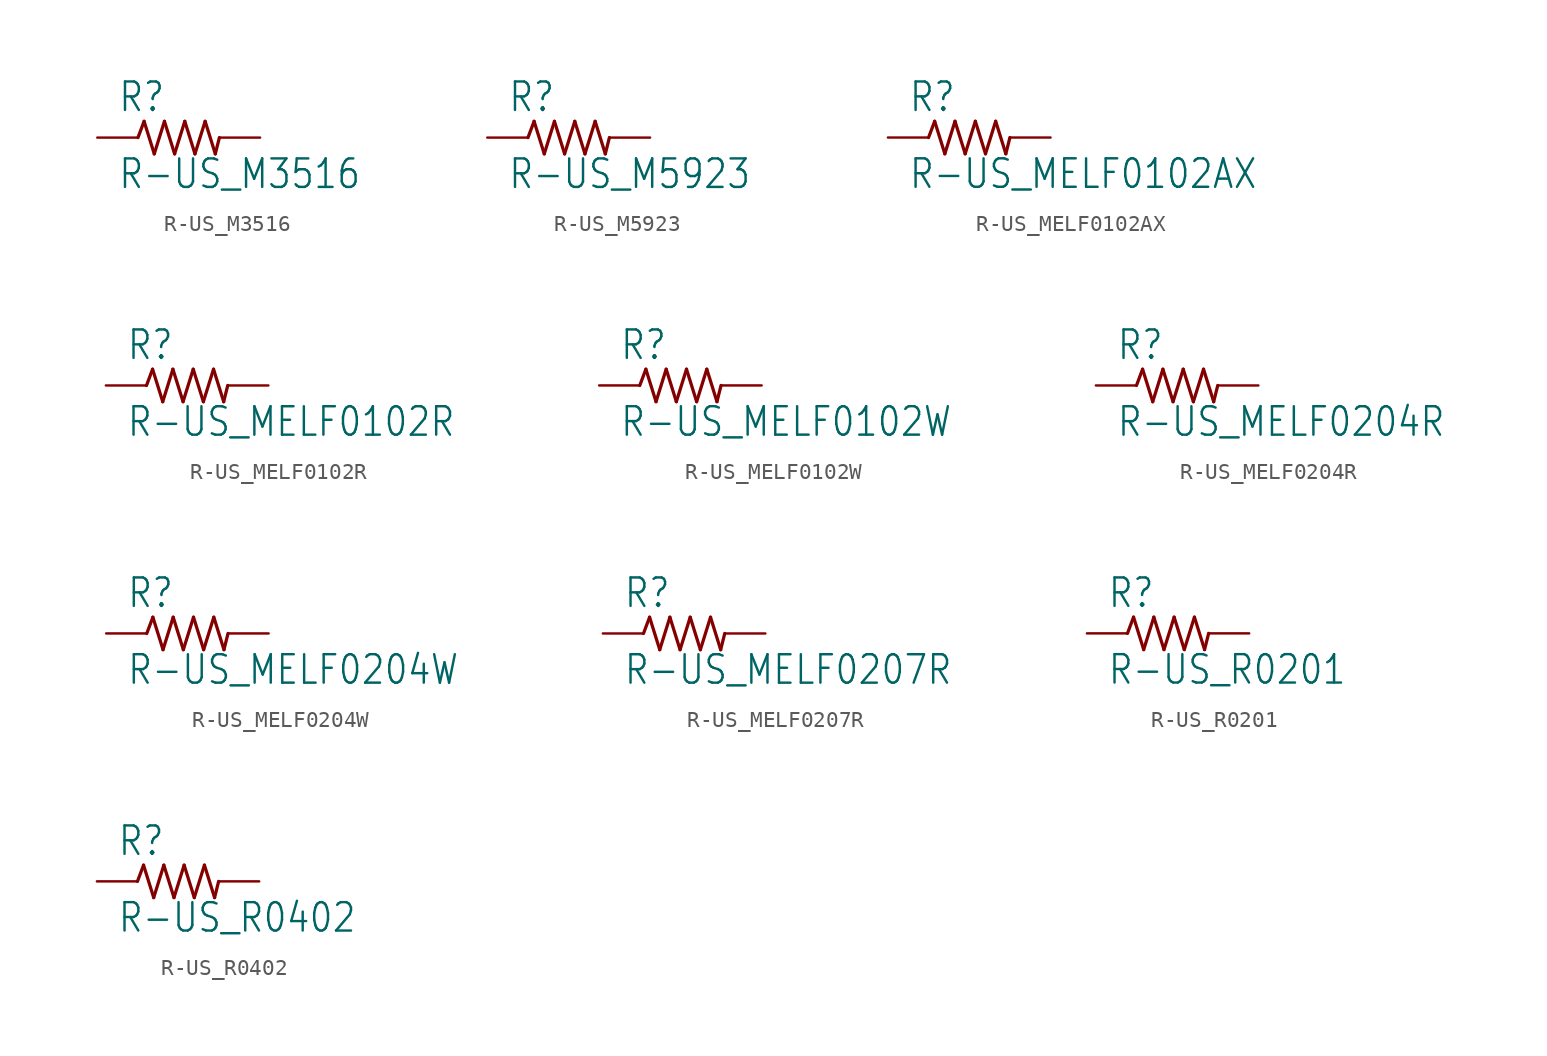
<source format=kicad_sym>
(kicad_symbol_lib
  (version 20210619)
  (generator kicad_symbol_editor)
  (symbol "R-US_M3516"
    (property "Reference" "R"
      (at -3.81 1.499 0)
      (effects (font (size 1.778 1.511)) (justify left bottom)))
    (property "Value" "R-US_M3516"
      (at -3.81 -3.302 0)
      (effects (font (size 1.778 1.511)) (justify left bottom)))
    (property "ki_locked" ""
      (at 0 0 0)
      (effects (font (size 1.27 1.27))))
    (symbol "R-US_M3516_1_0"
      (polyline (pts (xy -2.54 0) (xy -2.159 1.016)) (stroke (width 0.203)) (fill (type none)))
      (polyline (pts (xy -2.159 1.016) (xy -1.524 -1.016)) (stroke (width 0.203)) (fill (type none)))
      (polyline (pts (xy -1.524 -1.016) (xy -0.889 1.016)) (stroke (width 0.203)) (fill (type none)))
      (polyline (pts (xy -0.889 1.016) (xy -0.254 -1.016)) (stroke (width 0.203)) (fill (type none)))
      (polyline (pts (xy -0.254 -1.016) (xy 0.381 1.016)) (stroke (width 0.203)) (fill (type none)))
      (polyline (pts (xy 0.381 1.016) (xy 1.016 -1.016)) (stroke (width 0.203)) (fill (type none)))
      (polyline (pts (xy 1.016 -1.016) (xy 1.651 1.016)) (stroke (width 0.203)) (fill (type none)))
      (polyline (pts (xy 1.651 1.016) (xy 2.286 -1.016)) (stroke (width 0.203)) (fill (type none)))
      (polyline (pts (xy 2.286 -1.016) (xy 2.54 0)) (stroke (width 0.203)) (fill (type none)))
      (pin passive line (at -5.08 0 0) (length 2.54) (name "1" (effects (font (size 0 0)))) (number "1" (effects (font (size 0 0)))))
      (pin passive line (at 5.08 0 180) (length 2.54) (name "2" (effects (font (size 0 0)))) (number "2" (effects (font (size 0 0)))))))
  (symbol "R-US_M5923"
    (property "Reference" "R"
      (at -3.81 1.499 0)
      (effects (font (size 1.778 1.511)) (justify left bottom)))
    (property "Value" "R-US_M5923"
      (at -3.81 -3.302 0)
      (effects (font (size 1.778 1.511)) (justify left bottom)))
    (property "ki_locked" ""
      (at 0 0 0)
      (effects (font (size 1.27 1.27))))
    (symbol "R-US_M5923_1_0"
      (polyline (pts (xy -2.54 0) (xy -2.159 1.016)) (stroke (width 0.203)) (fill (type none)))
      (polyline (pts (xy -2.159 1.016) (xy -1.524 -1.016)) (stroke (width 0.203)) (fill (type none)))
      (polyline (pts (xy -1.524 -1.016) (xy -0.889 1.016)) (stroke (width 0.203)) (fill (type none)))
      (polyline (pts (xy -0.889 1.016) (xy -0.254 -1.016)) (stroke (width 0.203)) (fill (type none)))
      (polyline (pts (xy -0.254 -1.016) (xy 0.381 1.016)) (stroke (width 0.203)) (fill (type none)))
      (polyline (pts (xy 0.381 1.016) (xy 1.016 -1.016)) (stroke (width 0.203)) (fill (type none)))
      (polyline (pts (xy 1.016 -1.016) (xy 1.651 1.016)) (stroke (width 0.203)) (fill (type none)))
      (polyline (pts (xy 1.651 1.016) (xy 2.286 -1.016)) (stroke (width 0.203)) (fill (type none)))
      (polyline (pts (xy 2.286 -1.016) (xy 2.54 0)) (stroke (width 0.203)) (fill (type none)))
      (pin passive line (at -5.08 0 0) (length 2.54) (name "1" (effects (font (size 0 0)))) (number "1" (effects (font (size 0 0)))))
      (pin passive line (at 5.08 0 180) (length 2.54) (name "2" (effects (font (size 0 0)))) (number "2" (effects (font (size 0 0)))))))
  (symbol "R-US_MELF0102AX"
    (property "Reference" "R"
      (at -3.81 1.499 0)
      (effects (font (size 1.778 1.511)) (justify left bottom)))
    (property "Value" "R-US_MELF0102AX"
      (at -3.81 -3.302 0)
      (effects (font (size 1.778 1.511)) (justify left bottom)))
    (property "ki_locked" ""
      (at 0 0 0)
      (effects (font (size 1.27 1.27))))
    (symbol "R-US_MELF0102AX_1_0"
      (polyline (pts (xy -2.54 0) (xy -2.159 1.016)) (stroke (width 0.203)) (fill (type none)))
      (polyline (pts (xy -2.159 1.016) (xy -1.524 -1.016)) (stroke (width 0.203)) (fill (type none)))
      (polyline (pts (xy -1.524 -1.016) (xy -0.889 1.016)) (stroke (width 0.203)) (fill (type none)))
      (polyline (pts (xy -0.889 1.016) (xy -0.254 -1.016)) (stroke (width 0.203)) (fill (type none)))
      (polyline (pts (xy -0.254 -1.016) (xy 0.381 1.016)) (stroke (width 0.203)) (fill (type none)))
      (polyline (pts (xy 0.381 1.016) (xy 1.016 -1.016)) (stroke (width 0.203)) (fill (type none)))
      (polyline (pts (xy 1.016 -1.016) (xy 1.651 1.016)) (stroke (width 0.203)) (fill (type none)))
      (polyline (pts (xy 1.651 1.016) (xy 2.286 -1.016)) (stroke (width 0.203)) (fill (type none)))
      (polyline (pts (xy 2.286 -1.016) (xy 2.54 0)) (stroke (width 0.203)) (fill (type none)))
      (pin passive line (at -5.08 0 0) (length 2.54) (name "1" (effects (font (size 0 0)))) (number "1" (effects (font (size 0 0)))))
      (pin passive line (at 5.08 0 180) (length 2.54) (name "2" (effects (font (size 0 0)))) (number "2" (effects (font (size 0 0)))))))
  (symbol "R-US_MELF0102R"
    (property "Reference" "R"
      (at -3.81 1.499 0)
      (effects (font (size 1.778 1.511)) (justify left bottom)))
    (property "Value" "R-US_MELF0102R"
      (at -3.81 -3.302 0)
      (effects (font (size 1.778 1.511)) (justify left bottom)))
    (property "ki_locked" ""
      (at 0 0 0)
      (effects (font (size 1.27 1.27))))
    (symbol "R-US_MELF0102R_1_0"
      (polyline (pts (xy -2.54 0) (xy -2.159 1.016)) (stroke (width 0.203)) (fill (type none)))
      (polyline (pts (xy -2.159 1.016) (xy -1.524 -1.016)) (stroke (width 0.203)) (fill (type none)))
      (polyline (pts (xy -1.524 -1.016) (xy -0.889 1.016)) (stroke (width 0.203)) (fill (type none)))
      (polyline (pts (xy -0.889 1.016) (xy -0.254 -1.016)) (stroke (width 0.203)) (fill (type none)))
      (polyline (pts (xy -0.254 -1.016) (xy 0.381 1.016)) (stroke (width 0.203)) (fill (type none)))
      (polyline (pts (xy 0.381 1.016) (xy 1.016 -1.016)) (stroke (width 0.203)) (fill (type none)))
      (polyline (pts (xy 1.016 -1.016) (xy 1.651 1.016)) (stroke (width 0.203)) (fill (type none)))
      (polyline (pts (xy 1.651 1.016) (xy 2.286 -1.016)) (stroke (width 0.203)) (fill (type none)))
      (polyline (pts (xy 2.286 -1.016) (xy 2.54 0)) (stroke (width 0.203)) (fill (type none)))
      (pin passive line (at -5.08 0 0) (length 2.54) (name "1" (effects (font (size 0 0)))) (number "1" (effects (font (size 0 0)))))
      (pin passive line (at 5.08 0 180) (length 2.54) (name "2" (effects (font (size 0 0)))) (number "2" (effects (font (size 0 0)))))))
  (symbol "R-US_MELF0102W"
    (property "Reference" "R"
      (at -3.81 1.499 0)
      (effects (font (size 1.778 1.511)) (justify left bottom)))
    (property "Value" "R-US_MELF0102W"
      (at -3.81 -3.302 0)
      (effects (font (size 1.778 1.511)) (justify left bottom)))
    (property "ki_locked" ""
      (at 0 0 0)
      (effects (font (size 1.27 1.27))))
    (symbol "R-US_MELF0102W_1_0"
      (polyline (pts (xy -2.54 0) (xy -2.159 1.016)) (stroke (width 0.203)) (fill (type none)))
      (polyline (pts (xy -2.159 1.016) (xy -1.524 -1.016)) (stroke (width 0.203)) (fill (type none)))
      (polyline (pts (xy -1.524 -1.016) (xy -0.889 1.016)) (stroke (width 0.203)) (fill (type none)))
      (polyline (pts (xy -0.889 1.016) (xy -0.254 -1.016)) (stroke (width 0.203)) (fill (type none)))
      (polyline (pts (xy -0.254 -1.016) (xy 0.381 1.016)) (stroke (width 0.203)) (fill (type none)))
      (polyline (pts (xy 0.381 1.016) (xy 1.016 -1.016)) (stroke (width 0.203)) (fill (type none)))
      (polyline (pts (xy 1.016 -1.016) (xy 1.651 1.016)) (stroke (width 0.203)) (fill (type none)))
      (polyline (pts (xy 1.651 1.016) (xy 2.286 -1.016)) (stroke (width 0.203)) (fill (type none)))
      (polyline (pts (xy 2.286 -1.016) (xy 2.54 0)) (stroke (width 0.203)) (fill (type none)))
      (pin passive line (at -5.08 0 0) (length 2.54) (name "1" (effects (font (size 0 0)))) (number "1" (effects (font (size 0 0)))))
      (pin passive line (at 5.08 0 180) (length 2.54) (name "2" (effects (font (size 0 0)))) (number "2" (effects (font (size 0 0)))))))
  (symbol "R-US_MELF0204R"
    (property "Reference" "R"
      (at -3.81 1.499 0)
      (effects (font (size 1.778 1.511)) (justify left bottom)))
    (property "Value" "R-US_MELF0204R"
      (at -3.81 -3.302 0)
      (effects (font (size 1.778 1.511)) (justify left bottom)))
    (property "ki_locked" ""
      (at 0 0 0)
      (effects (font (size 1.27 1.27))))
    (symbol "R-US_MELF0204R_1_0"
      (polyline (pts (xy -2.54 0) (xy -2.159 1.016)) (stroke (width 0.203)) (fill (type none)))
      (polyline (pts (xy -2.159 1.016) (xy -1.524 -1.016)) (stroke (width 0.203)) (fill (type none)))
      (polyline (pts (xy -1.524 -1.016) (xy -0.889 1.016)) (stroke (width 0.203)) (fill (type none)))
      (polyline (pts (xy -0.889 1.016) (xy -0.254 -1.016)) (stroke (width 0.203)) (fill (type none)))
      (polyline (pts (xy -0.254 -1.016) (xy 0.381 1.016)) (stroke (width 0.203)) (fill (type none)))
      (polyline (pts (xy 0.381 1.016) (xy 1.016 -1.016)) (stroke (width 0.203)) (fill (type none)))
      (polyline (pts (xy 1.016 -1.016) (xy 1.651 1.016)) (stroke (width 0.203)) (fill (type none)))
      (polyline (pts (xy 1.651 1.016) (xy 2.286 -1.016)) (stroke (width 0.203)) (fill (type none)))
      (polyline (pts (xy 2.286 -1.016) (xy 2.54 0)) (stroke (width 0.203)) (fill (type none)))
      (pin passive line (at -5.08 0 0) (length 2.54) (name "1" (effects (font (size 0 0)))) (number "1" (effects (font (size 0 0)))))
      (pin passive line (at 5.08 0 180) (length 2.54) (name "2" (effects (font (size 0 0)))) (number "2" (effects (font (size 0 0)))))))
  (symbol "R-US_MELF0204W"
    (property "Reference" "R"
      (at -3.81 1.499 0)
      (effects (font (size 1.778 1.511)) (justify left bottom)))
    (property "Value" "R-US_MELF0204W"
      (at -3.81 -3.302 0)
      (effects (font (size 1.778 1.511)) (justify left bottom)))
    (property "ki_locked" ""
      (at 0 0 0)
      (effects (font (size 1.27 1.27))))
    (symbol "R-US_MELF0204W_1_0"
      (polyline (pts (xy -2.54 0) (xy -2.159 1.016)) (stroke (width 0.203)) (fill (type none)))
      (polyline (pts (xy -2.159 1.016) (xy -1.524 -1.016)) (stroke (width 0.203)) (fill (type none)))
      (polyline (pts (xy -1.524 -1.016) (xy -0.889 1.016)) (stroke (width 0.203)) (fill (type none)))
      (polyline (pts (xy -0.889 1.016) (xy -0.254 -1.016)) (stroke (width 0.203)) (fill (type none)))
      (polyline (pts (xy -0.254 -1.016) (xy 0.381 1.016)) (stroke (width 0.203)) (fill (type none)))
      (polyline (pts (xy 0.381 1.016) (xy 1.016 -1.016)) (stroke (width 0.203)) (fill (type none)))
      (polyline (pts (xy 1.016 -1.016) (xy 1.651 1.016)) (stroke (width 0.203)) (fill (type none)))
      (polyline (pts (xy 1.651 1.016) (xy 2.286 -1.016)) (stroke (width 0.203)) (fill (type none)))
      (polyline (pts (xy 2.286 -1.016) (xy 2.54 0)) (stroke (width 0.203)) (fill (type none)))
      (pin passive line (at -5.08 0 0) (length 2.54) (name "1" (effects (font (size 0 0)))) (number "1" (effects (font (size 0 0)))))
      (pin passive line (at 5.08 0 180) (length 2.54) (name "2" (effects (font (size 0 0)))) (number "2" (effects (font (size 0 0)))))))
  (symbol "R-US_MELF0207R"
    (property "Reference" "R"
      (at -3.81 1.499 0)
      (effects (font (size 1.778 1.511)) (justify left bottom)))
    (property "Value" "R-US_MELF0207R"
      (at -3.81 -3.302 0)
      (effects (font (size 1.778 1.511)) (justify left bottom)))
    (property "ki_locked" ""
      (at 0 0 0)
      (effects (font (size 1.27 1.27))))
    (symbol "R-US_MELF0207R_1_0"
      (polyline (pts (xy -2.54 0) (xy -2.159 1.016)) (stroke (width 0.203)) (fill (type none)))
      (polyline (pts (xy -2.159 1.016) (xy -1.524 -1.016)) (stroke (width 0.203)) (fill (type none)))
      (polyline (pts (xy -1.524 -1.016) (xy -0.889 1.016)) (stroke (width 0.203)) (fill (type none)))
      (polyline (pts (xy -0.889 1.016) (xy -0.254 -1.016)) (stroke (width 0.203)) (fill (type none)))
      (polyline (pts (xy -0.254 -1.016) (xy 0.381 1.016)) (stroke (width 0.203)) (fill (type none)))
      (polyline (pts (xy 0.381 1.016) (xy 1.016 -1.016)) (stroke (width 0.203)) (fill (type none)))
      (polyline (pts (xy 1.016 -1.016) (xy 1.651 1.016)) (stroke (width 0.203)) (fill (type none)))
      (polyline (pts (xy 1.651 1.016) (xy 2.286 -1.016)) (stroke (width 0.203)) (fill (type none)))
      (polyline (pts (xy 2.286 -1.016) (xy 2.54 0)) (stroke (width 0.203)) (fill (type none)))
      (pin passive line (at -5.08 0 0) (length 2.54) (name "1" (effects (font (size 0 0)))) (number "1" (effects (font (size 0 0)))))
      (pin passive line (at 5.08 0 180) (length 2.54) (name "2" (effects (font (size 0 0)))) (number "2" (effects (font (size 0 0)))))))
  (symbol "R-US_R0201"
    (property "Reference" "R"
      (at -3.81 1.499 0)
      (effects (font (size 1.778 1.511)) (justify left bottom)))
    (property "Value" "R-US_R0201"
      (at -3.81 -3.302 0)
      (effects (font (size 1.778 1.511)) (justify left bottom)))
    (property "ki_locked" ""
      (at 0 0 0)
      (effects (font (size 1.27 1.27))))
    (symbol "R-US_R0201_1_0"
      (polyline (pts (xy -2.54 0) (xy -2.159 1.016)) (stroke (width 0.203)) (fill (type none)))
      (polyline (pts (xy -2.159 1.016) (xy -1.524 -1.016)) (stroke (width 0.203)) (fill (type none)))
      (polyline (pts (xy -1.524 -1.016) (xy -0.889 1.016)) (stroke (width 0.203)) (fill (type none)))
      (polyline (pts (xy -0.889 1.016) (xy -0.254 -1.016)) (stroke (width 0.203)) (fill (type none)))
      (polyline (pts (xy -0.254 -1.016) (xy 0.381 1.016)) (stroke (width 0.203)) (fill (type none)))
      (polyline (pts (xy 0.381 1.016) (xy 1.016 -1.016)) (stroke (width 0.203)) (fill (type none)))
      (polyline (pts (xy 1.016 -1.016) (xy 1.651 1.016)) (stroke (width 0.203)) (fill (type none)))
      (polyline (pts (xy 1.651 1.016) (xy 2.286 -1.016)) (stroke (width 0.203)) (fill (type none)))
      (polyline (pts (xy 2.286 -1.016) (xy 2.54 0)) (stroke (width 0.203)) (fill (type none)))
      (pin passive line (at -5.08 0 0) (length 2.54) (name "1" (effects (font (size 0 0)))) (number "1" (effects (font (size 0 0)))))
      (pin passive line (at 5.08 0 180) (length 2.54) (name "2" (effects (font (size 0 0)))) (number "2" (effects (font (size 0 0)))))))
  (symbol "R-US_R0402"
    (property "Reference" "R"
      (at -3.81 1.499 0)
      (effects (font (size 1.778 1.511)) (justify left bottom)))
    (property "Value" "R-US_R0402"
      (at -3.81 -3.302 0)
      (effects (font (size 1.778 1.511)) (justify left bottom)))
    (property "ki_locked" ""
      (at 0 0 0)
      (effects (font (size 1.27 1.27))))
    (symbol "R-US_R0402_1_0"
      (polyline (pts (xy -2.54 0) (xy -2.159 1.016)) (stroke (width 0.203)) (fill (type none)))
      (polyline (pts (xy -2.159 1.016) (xy -1.524 -1.016)) (stroke (width 0.203)) (fill (type none)))
      (polyline (pts (xy -1.524 -1.016) (xy -0.889 1.016)) (stroke (width 0.203)) (fill (type none)))
      (polyline (pts (xy -0.889 1.016) (xy -0.254 -1.016)) (stroke (width 0.203)) (fill (type none)))
      (polyline (pts (xy -0.254 -1.016) (xy 0.381 1.016)) (stroke (width 0.203)) (fill (type none)))
      (polyline (pts (xy 0.381 1.016) (xy 1.016 -1.016)) (stroke (width 0.203)) (fill (type none)))
      (polyline (pts (xy 1.016 -1.016) (xy 1.651 1.016)) (stroke (width 0.203)) (fill (type none)))
      (polyline (pts (xy 1.651 1.016) (xy 2.286 -1.016)) (stroke (width 0.203)) (fill (type none)))
      (polyline (pts (xy 2.286 -1.016) (xy 2.54 0)) (stroke (width 0.203)) (fill (type none)))
      (pin passive line (at -5.08 0 0) (length 2.54) (name "1" (effects (font (size 0 0)))) (number "1" (effects (font (size 0 0)))))
      (pin passive line (at 5.08 0 180) (length 2.54) (name "2" (effects (font (size 0 0)))) (number "2" (effects (font (size 0 0))))))))
</source>
